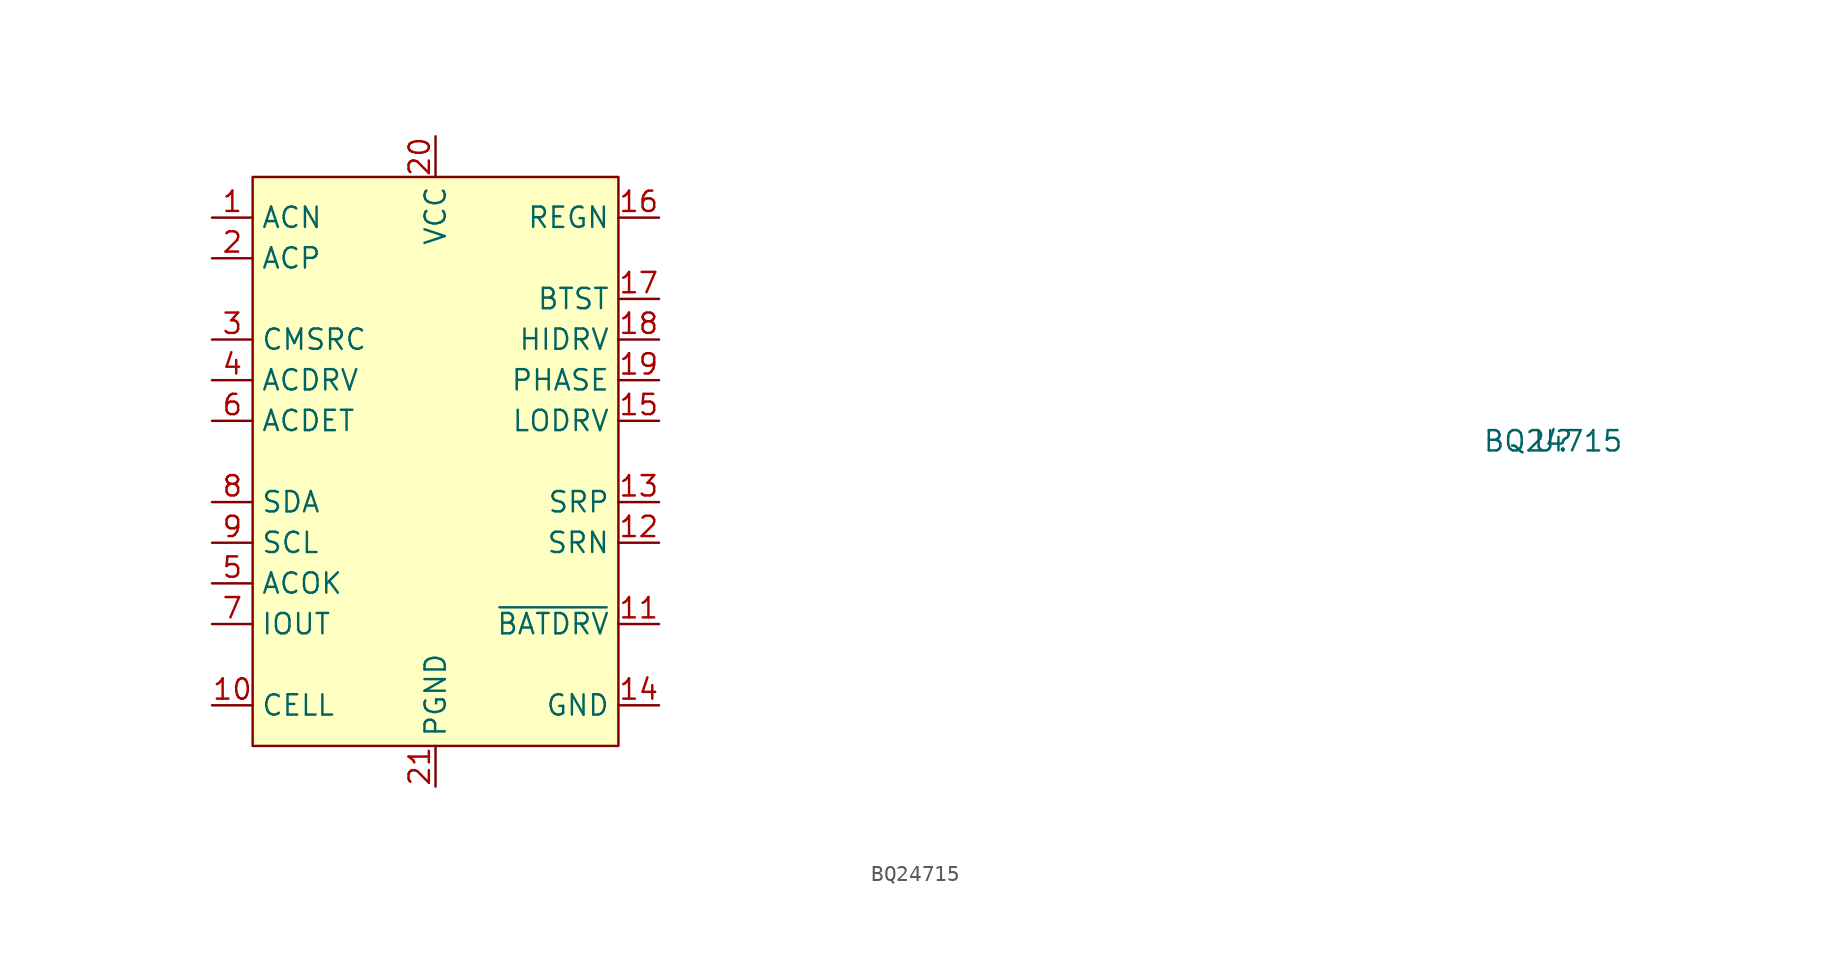
<source format=kicad_sym>
(kicad_symbol_lib
  (version 20211014)
  (generator kicad_symbol_editor)
  (symbol "BQ24715"
    (property "Reference" "U"
      (at 69.85 1.27 0)
      (effects (font (size 1.27 1.27))))
    (property "Value" "BQ24715"
      (at 69.85 1.27 0)
      (effects (font (size 1.27 1.27))))
    (symbol "BQ24715_0_0"
      (pin input line (at -13.97 15.24 0) (length 2.54) (name "ACN" (effects (font (size 1.27 1.27)))) (number "1" (effects (font (size 1.27 1.27)))))
      (pin input line (at -13.97 -15.24 0) (length 2.54) (name "CELL" (effects (font (size 1.27 1.27)))) (number "10" (effects (font (size 1.27 1.27)))))
      (pin output line (at 13.97 -10.16 180) (length 2.54) (name "~{BATDRV}" (effects (font (size 1.27 1.27)))) (number "11" (effects (font (size 1.27 1.27)))))
      (pin input line (at 13.97 -5.08 180) (length 2.54) (name "SRN" (effects (font (size 1.27 1.27)))) (number "12" (effects (font (size 1.27 1.27)))))
      (pin input line (at 13.97 -2.54 180) (length 2.54) (name "SRP" (effects (font (size 1.27 1.27)))) (number "13" (effects (font (size 1.27 1.27)))))
      (pin power_in line (at 13.97 -15.24 180) (length 2.54) (name "GND" (effects (font (size 1.27 1.27)))) (number "14" (effects (font (size 1.27 1.27)))))
      (pin output line (at 13.97 2.54 180) (length 2.54) (name "LODRV" (effects (font (size 1.27 1.27)))) (number "15" (effects (font (size 1.27 1.27)))))
      (pin output line (at 13.97 15.24 180) (length 2.54) (name "REGN" (effects (font (size 1.27 1.27)))) (number "16" (effects (font (size 1.27 1.27)))))
      (pin input line (at 13.97 10.16 180) (length 2.54) (name "BTST" (effects (font (size 1.27 1.27)))) (number "17" (effects (font (size 1.27 1.27)))))
      (pin output line (at 13.97 7.62 180) (length 2.54) (name "HIDRV" (effects (font (size 1.27 1.27)))) (number "18" (effects (font (size 1.27 1.27)))))
      (pin input line (at 13.97 5.08 180) (length 2.54) (name "PHASE" (effects (font (size 1.27 1.27)))) (number "19" (effects (font (size 1.27 1.27)))))
      (pin input line (at -13.97 12.7 0) (length 2.54) (name "ACP" (effects (font (size 1.27 1.27)))) (number "2" (effects (font (size 1.27 1.27)))))
      (pin power_in line (at 0 20.32 270) (length 2.54) (name "VCC" (effects (font (size 1.27 1.27)))) (number "20" (effects (font (size 1.27 1.27)))))
      (pin power_in line (at 0 -20.32 90) (length 2.54) (name "PGND" (effects (font (size 1.27 1.27)))) (number "21" (effects (font (size 1.27 1.27)))))
      (pin input line (at -13.97 7.62 0) (length 2.54) (name "CMSRC" (effects (font (size 1.27 1.27)))) (number "3" (effects (font (size 1.27 1.27)))))
      (pin output line (at -13.97 5.08 0) (length 2.54) (name "ACDRV" (effects (font (size 1.27 1.27)))) (number "4" (effects (font (size 1.27 1.27)))))
      (pin output line (at -13.97 -7.62 0) (length 2.54) (name "ACOK" (effects (font (size 1.27 1.27)))) (number "5" (effects (font (size 1.27 1.27)))))
      (pin input line (at -13.97 2.54 0) (length 2.54) (name "ACDET" (effects (font (size 1.27 1.27)))) (number "6" (effects (font (size 1.27 1.27)))))
      (pin output line (at -13.97 -10.16 0) (length 2.54) (name "IOUT" (effects (font (size 1.27 1.27)))) (number "7" (effects (font (size 1.27 1.27)))))
      (pin bidirectional line (at -13.97 -2.54 0) (length 2.54) (name "SDA" (effects (font (size 1.27 1.27)))) (number "8" (effects (font (size 1.27 1.27)))))
      (pin input line (at -13.97 -5.08 0) (length 2.54) (name "SCL" (effects (font (size 1.27 1.27)))) (number "9" (effects (font (size 1.27 1.27))))))
    (symbol "BQ24715_0_1"
      (rectangle (start -11.43 17.78) (end 11.43 -17.78) (stroke (width 0) (type default) (color 0 0 0 0)) (fill (type background))))))
</source>
